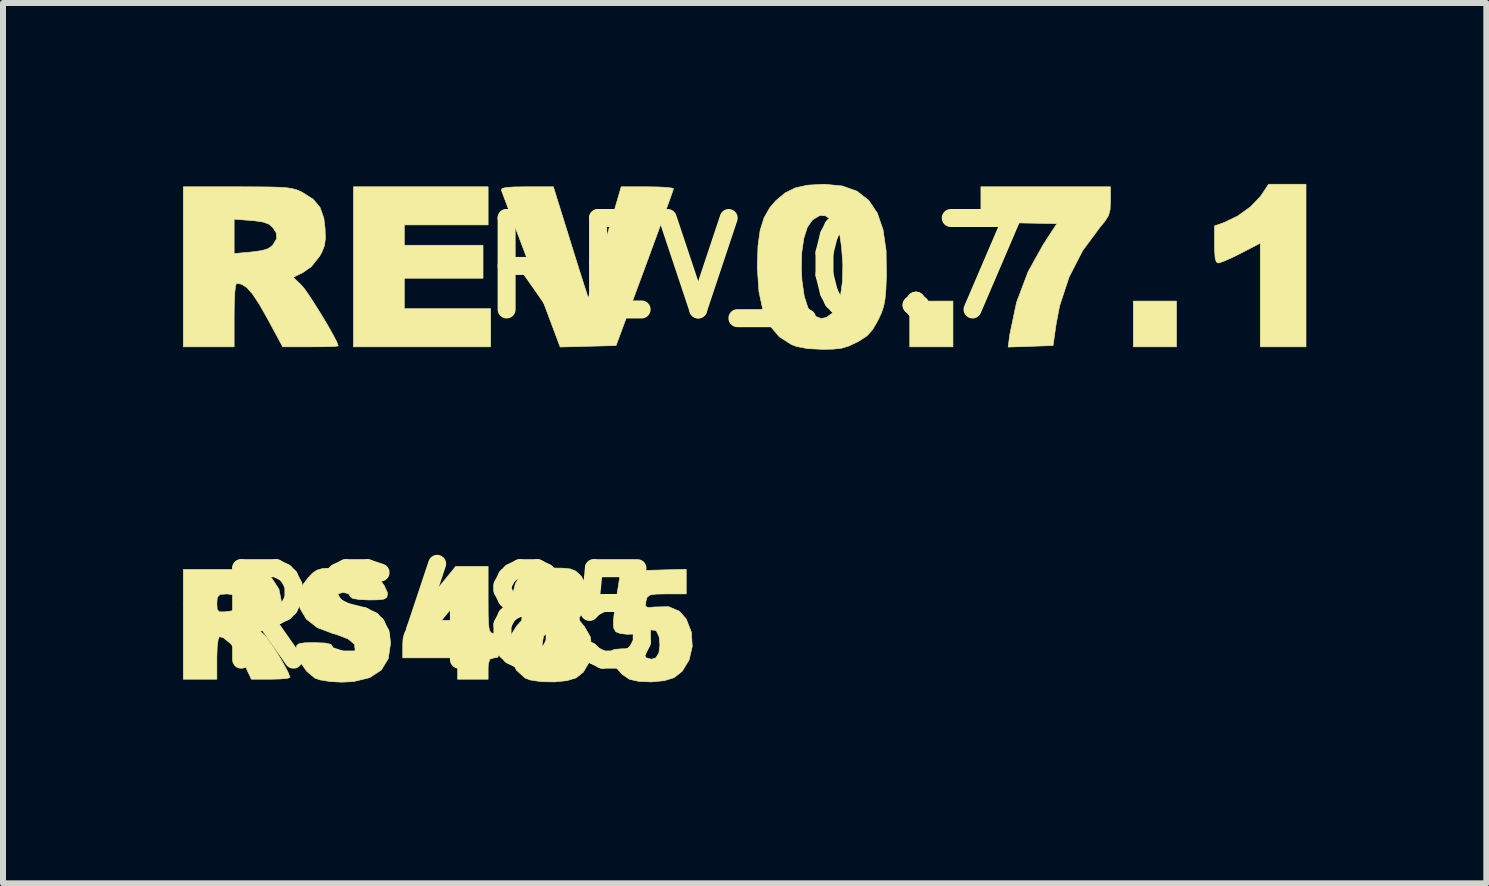
<source format=kicad_pcb>
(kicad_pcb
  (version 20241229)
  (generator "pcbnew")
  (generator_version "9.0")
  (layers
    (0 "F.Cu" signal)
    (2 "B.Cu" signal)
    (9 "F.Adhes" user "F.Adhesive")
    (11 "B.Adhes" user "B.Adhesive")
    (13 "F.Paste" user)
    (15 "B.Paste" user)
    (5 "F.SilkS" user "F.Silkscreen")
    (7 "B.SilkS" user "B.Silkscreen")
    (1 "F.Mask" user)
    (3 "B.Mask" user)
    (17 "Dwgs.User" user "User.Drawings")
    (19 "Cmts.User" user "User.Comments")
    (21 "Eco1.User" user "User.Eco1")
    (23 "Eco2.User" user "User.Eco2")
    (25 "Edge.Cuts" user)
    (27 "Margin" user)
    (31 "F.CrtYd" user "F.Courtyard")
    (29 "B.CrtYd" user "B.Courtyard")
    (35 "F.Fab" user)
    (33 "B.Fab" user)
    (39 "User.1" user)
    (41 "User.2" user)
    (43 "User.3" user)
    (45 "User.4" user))
  (footprint "RS485"
    (layer "F.Cu")
    (at 4.272 7.254)
    (property "Reference" "RS485" (at 0 0 0) (layer "F.SilkS") (effects (font (size 1.524 1.524) (thickness 0.3))))
    (attr through_hole)
    (fp_poly (pts (xy 0.813 -0.305) (xy 0.814 -0.06) (xy 0.82 0.1) (xy 0.833 0.194) (xy 0.857 0.239) (xy 0.895 0.253) (xy 0.914 0.254) (xy 0.981 0.271) (xy 1.01 0.34) (xy 1.016 0.457) (xy 1.007 0.59) (xy 0.973 0.649) (xy 0.914 0.66) (xy 0.844 0.68) (xy 0.816 0.758) (xy 0.813 0.838) (xy 0.813 1.016) (xy 0.305 1.016) (xy 0.305 0.66) (xy -0.61 0.66) (xy -0.61 0.439) (xy -0.605 0.343) (xy -0.583 0.255) (xy -0.568 0.225) (xy -0.061 0.225) (xy -0.003 0.25) (xy 0.1 0.254) (xy 0.305 0.254) (xy 0.302 -0.279) (xy 0.15 -0.102) (xy 0.013 0.064) (xy -0.057 0.168) (xy -0.061 0.225) (xy -0.568 0.225) (xy -0.534 0.156) (xy -0.448 0.029) (xy -0.314 -0.143) (xy -0.168 -0.323) (xy 0.273 -0.864) (xy 0.813 -0.864) (xy 0.813 -0.305)) (stroke (width 0.01) (type solid)) (fill yes) (layer "F.SilkS"))
    (fp_poly (pts (xy -2.79 -0.664) (xy -2.674 -0.486) (xy -2.632 -0.279) (xy -2.667 -0.077) (xy -2.766 0.079) (xy -2.869 0.164) (xy -2.951 0.204) (xy -2.957 0.205) (xy -2.981 0.223) (xy -2.938 0.256) (xy -2.881 0.316) (xy -2.795 0.438) (xy -2.695 0.592) (xy -2.6 0.752) (xy -2.526 0.89) (xy -2.49 0.977) (xy -2.489 0.986) (xy -2.535 1.002) (xy -2.656 1.012) (xy -2.811 1.016) (xy -3.132 1.016) (xy -3.254 0.757) (xy -3.359 0.572) (xy -3.48 0.421) (xy -3.597 0.326) (xy -3.664 0.305) (xy -3.686 0.351) (xy -3.702 0.474) (xy -3.708 0.646) (xy -3.708 0.66) (xy -3.708 1.016) (xy -4.267 1.016) (xy -4.267 -0.247) (xy -3.708 -0.247) (xy -3.703 -0.148) (xy -3.668 -0.107) (xy -3.574 -0.107) (xy -3.499 -0.116) (xy -3.353 -0.147) (xy -3.248 -0.19) (xy -3.232 -0.203) (xy -3.216 -0.271) (xy -3.278 -0.337) (xy -3.396 -0.387) (xy -3.54 -0.406) (xy -3.655 -0.397) (xy -3.701 -0.348) (xy -3.708 -0.247) (xy -4.267 -0.247) (xy -4.267 -0.813) (xy -2.939 -0.813) (xy -2.79 -0.664)) (stroke (width 0.01) (type solid)) (fill yes) (layer "F.SilkS"))
    (fp_poly (pts (xy 4.115 -0.406) (xy 3.791 -0.406) (xy 3.614 -0.403) (xy 3.514 -0.389) (xy 3.465 -0.353) (xy 3.444 -0.289) (xy 3.443 -0.284) (xy 3.436 -0.202) (xy 3.478 -0.177) (xy 3.587 -0.188) (xy 3.823 -0.193) (xy 4.002 -0.116) (xy 4.116 0.014) (xy 4.201 0.234) (xy 4.215 0.47) (xy 4.162 0.696) (xy 4.048 0.883) (xy 3.913 0.99) (xy 3.749 1.04) (xy 3.536 1.061) (xy 3.322 1.052) (xy 3.169 1.017) (xy 3.047 0.935) (xy 2.934 0.806) (xy 2.859 0.671) (xy 2.845 0.603) (xy 2.859 0.548) (xy 2.918 0.519) (xy 3.044 0.509) (xy 3.124 0.508) (xy 3.297 0.516) (xy 3.384 0.542) (xy 3.404 0.579) (xy 3.444 0.658) (xy 3.536 0.683) (xy 3.609 0.659) (xy 3.659 0.578) (xy 3.676 0.446) (xy 3.663 0.309) (xy 3.618 0.213) (xy 3.605 0.202) (xy 3.497 0.191) (xy 3.429 0.222) (xy 3.305 0.261) (xy 3.133 0.267) (xy 3.111 0.265) (xy 3.009 0.252) (xy 2.942 0.225) (xy 2.907 0.167) (xy 2.9 0.063) (xy 2.917 -0.105) (xy 2.954 -0.354) (xy 2.962 -0.406) (xy 3.023 -0.787) (xy 4.115 -0.816) (xy 4.115 -0.406)) (stroke (width 0.01) (type solid)) (fill yes) (layer "F.SilkS"))
    (fp_poly (pts (xy -1.387 -0.837) (xy -1.248 -0.827) (xy -1.157 -0.801) (xy -1.087 -0.752) (xy -1.012 -0.672) (xy -0.92 -0.547) (xy -0.868 -0.434) (xy -0.864 -0.406) (xy -0.875 -0.349) (xy -0.924 -0.319) (xy -1.035 -0.307) (xy -1.168 -0.305) (xy -1.329 -0.312) (xy -1.44 -0.33) (xy -1.473 -0.35) (xy -1.514 -0.41) (xy -1.604 -0.431) (xy -1.696 -0.405) (xy -1.713 -0.391) (xy -1.75 -0.333) (xy -1.725 -0.281) (xy -1.628 -0.226) (xy -1.446 -0.161) (xy -1.352 -0.132) (xy -1.087 -0.024) (xy -0.914 0.115) (xy -0.827 0.29) (xy -0.813 0.416) (xy -0.851 0.672) (xy -0.967 0.863) (xy -1.161 0.99) (xy -1.434 1.056) (xy -1.633 1.065) (xy -1.824 1.054) (xy -1.988 1.027) (xy -2.073 0.998) (xy -2.207 0.887) (xy -2.319 0.73) (xy -2.382 0.571) (xy -2.387 0.521) (xy -2.379 0.457) (xy -2.338 0.423) (xy -2.242 0.409) (xy -2.083 0.406) (xy -1.905 0.413) (xy -1.809 0.434) (xy -1.778 0.475) (xy -1.778 0.481) (xy -1.737 0.575) (xy -1.64 0.625) (xy -1.525 0.627) (xy -1.43 0.575) (xy -1.403 0.531) (xy -1.414 0.433) (xy -1.521 0.344) (xy -1.718 0.269) (xy -1.776 0.254) (xy -2.033 0.157) (xy -2.217 0.013) (xy -2.322 -0.164) (xy -2.341 -0.36) (xy -2.27 -0.563) (xy -2.189 -0.672) (xy -2.113 -0.752) (xy -2.043 -0.801) (xy -1.952 -0.827) (xy -1.813 -0.837) (xy -1.6 -0.838) (xy -1.387 -0.837)) (stroke (width 0.01) (type solid)) (fill yes) (layer "F.SilkS"))
    (fp_poly (pts (xy 2.055 -0.835) (xy 2.184 -0.822) (xy 2.268 -0.789) (xy 2.336 -0.73) (xy 2.367 -0.696) (xy 2.46 -0.53) (xy 2.491 -0.345) (xy 2.459 -0.176) (xy 2.393 -0.081) (xy 2.333 -0.018) (xy 2.333 0.035) (xy 2.399 0.117) (xy 2.418 0.138) (xy 2.517 0.311) (xy 2.543 0.516) (xy 2.503 0.722) (xy 2.401 0.897) (xy 2.279 0.994) (xy 2.125 1.04) (xy 1.918 1.061) (xy 1.7 1.057) (xy 1.512 1.028) (xy 1.428 0.996) (xy 1.284 0.864) (xy 1.194 0.679) (xy 1.164 0.471) (xy 1.171 0.43) (xy 1.715 0.43) (xy 1.72 0.531) (xy 1.765 0.646) (xy 1.848 0.687) (xy 1.938 0.653) (xy 2 0.544) (xy 1.998 0.425) (xy 1.948 0.313) (xy 1.871 0.241) (xy 1.803 0.236) (xy 1.736 0.299) (xy 1.715 0.43) (xy 1.171 0.43) (xy 1.199 0.272) (xy 1.29 0.128) (xy 1.369 0.042) (xy 1.379 -0.012) (xy 1.326 -0.072) (xy 1.315 -0.081) (xy 1.235 -0.216) (xy 1.225 -0.328) (xy 1.758 -0.328) (xy 1.787 -0.238) (xy 1.834 -0.166) (xy 1.875 -0.182) (xy 1.91 -0.226) (xy 1.951 -0.333) (xy 1.922 -0.423) (xy 1.875 -0.494) (xy 1.833 -0.479) (xy 1.799 -0.434) (xy 1.758 -0.328) (xy 1.225 -0.328) (xy 1.22 -0.393) (xy 1.267 -0.576) (xy 1.342 -0.696) (xy 1.412 -0.768) (xy 1.486 -0.811) (xy 1.592 -0.832) (xy 1.759 -0.838) (xy 1.854 -0.838) (xy 2.055 -0.835)) (stroke (width 0.01) (type solid)) (fill yes) (layer "F.SilkS")))
  (footprint "REV_0.7"
    (layer "F.Cu")
    (at 9.53 1.418)
    (property "Reference" "REV_0.7" (at 0 0 0) (layer "F.SilkS") (effects (font (size 1.524 1.524) (thickness 0.3))))
    (attr through_hole)
    (fp_poly (pts (xy 3.302 1.312) (xy 2.582 1.312) (xy 2.582 0.55) (xy 3.302 0.55) (xy 3.302 1.312)) (stroke (width 0.01) (type solid)) (fill yes) (layer "F.SilkS"))
    (fp_poly (pts (xy 7.027 1.312) (xy 6.308 1.312) (xy 6.308 0.55) (xy 7.027 0.55) (xy 7.027 1.312)) (stroke (width 0.01) (type solid)) (fill yes) (layer "F.SilkS"))
    (fp_poly (pts (xy -4.445 -0.72) (xy -5.842 -0.72) (xy -5.842 -0.381) (xy -4.53 -0.381) (xy -4.53 0.169) (xy -5.842 0.169) (xy -5.842 0.677) (xy -4.403 0.677) (xy -4.403 1.312) (xy -6.689 1.312) (xy -6.689 -1.355) (xy -4.445 -1.355) (xy -4.445 -0.72)) (stroke (width 0.01) (type solid)) (fill yes) (layer "F.SilkS"))
    (fp_poly (pts (xy 5.927 -1.118) (xy 5.921 -0.977) (xy 5.895 -0.876) (xy 5.834 -0.78) (xy 5.756 -0.686) (xy 5.464 -0.292) (xy 5.237 0.15) (xy 5.08 0.628) (xy 5.022 0.93) (xy 4.97 1.291) (xy 4.222 1.316) (xy 4.249 1.109) (xy 4.362 0.571) (xy 4.554 0.062) (xy 4.805 -0.389) (xy 5.034 -0.741) (xy 4.401 -0.753) (xy 3.768 -0.764) (xy 3.768 -1.355) (xy 5.927 -1.355) (xy 5.927 -1.118)) (stroke (width 0.01) (type solid)) (fill yes) (layer "F.SilkS"))
    (fp_poly (pts (xy 9.186 1.312) (xy 8.424 1.312) (xy 8.424 -0.416) (xy 8.105 -0.25) (xy 7.951 -0.174) (xy 7.821 -0.117) (xy 7.738 -0.087) (xy 7.724 -0.085) (xy 7.691 -0.104) (xy 7.671 -0.17) (xy 7.663 -0.299) (xy 7.662 -0.394) (xy 7.662 -0.703) (xy 7.821 -0.759) (xy 8.049 -0.869) (xy 8.261 -1.022) (xy 8.426 -1.194) (xy 8.452 -1.231) (xy 8.563 -1.397) (xy 9.186 -1.397) (xy 9.186 1.312)) (stroke (width 0.01) (type solid)) (fill yes) (layer "F.SilkS"))
    (fp_poly (pts (xy -3.071 -0.434) (xy -2.989 -0.17) (xy -2.915 0.065) (xy -2.853 0.26) (xy -2.807 0.403) (xy -2.781 0.483) (xy -2.776 0.496) (xy -2.763 0.46) (xy -2.73 0.354) (xy -2.679 0.188) (xy -2.616 -0.024) (xy -2.542 -0.273) (xy -2.498 -0.425) (xy -2.227 -1.355) (xy -1.791 -1.355) (xy -1.611 -1.352) (xy -1.467 -1.344) (xy -1.377 -1.333) (xy -1.356 -1.323) (xy -1.371 -1.277) (xy -1.411 -1.161) (xy -1.475 -0.985) (xy -1.557 -0.759) (xy -1.654 -0.492) (xy -1.764 -0.193) (xy -1.835 0) (xy -2.313 1.291) (xy -2.779 1.303) (xy -3.244 1.315) (xy -3.725 0.033) (xy -3.842 -0.28) (xy -3.951 -0.568) (xy -4.046 -0.822) (xy -4.124 -1.032) (xy -4.183 -1.189) (xy -4.217 -1.281) (xy -4.224 -1.302) (xy -4.212 -1.327) (xy -4.146 -1.343) (xy -4.017 -1.352) (xy -3.815 -1.355) (xy -3.8 -1.355) (xy -3.358 -1.355) (xy -3.071 -0.434)) (stroke (width 0.01) (type solid)) (fill yes) (layer "F.SilkS"))
    (fp_poly (pts (xy -8.323 -1.354) (xy -8.094 -1.352) (xy -7.923 -1.347) (xy -7.798 -1.338) (xy -7.707 -1.324) (xy -7.634 -1.304) (xy -7.569 -1.276) (xy -7.536 -1.259) (xy -7.359 -1.146) (xy -7.246 -1.011) (xy -7.183 -0.833) (xy -7.162 -0.657) (xy -7.157 -0.492) (xy -7.173 -0.373) (xy -7.217 -0.263) (xy -7.254 -0.197) (xy -7.392 -0.024) (xy -7.529 0.072) (xy -7.694 0.154) (xy -7.556 0.285) (xy -7.499 0.354) (xy -7.416 0.474) (xy -7.317 0.628) (xy -7.212 0.797) (xy -7.111 0.966) (xy -7.026 1.117) (xy -6.966 1.233) (xy -6.943 1.296) (xy -6.943 1.297) (xy -6.982 1.303) (xy -7.089 1.308) (xy -7.247 1.311) (xy -7.405 1.312) (xy -7.868 1.312) (xy -8.129 0.83) (xy -8.262 0.596) (xy -8.372 0.431) (xy -8.466 0.325) (xy -8.554 0.269) (xy -8.638 0.254) (xy -8.654 0.294) (xy -8.667 0.406) (xy -8.675 0.576) (xy -8.678 0.783) (xy -8.678 1.312) (xy -9.525 1.312) (xy -9.525 -0.242) (xy -8.678 -0.242) (xy -8.393 -0.268) (xy -8.22 -0.291) (xy -8.109 -0.324) (xy -8.04 -0.377) (xy -8.033 -0.385) (xy -7.968 -0.492) (xy -7.976 -0.588) (xy -8.034 -0.677) (xy -8.098 -0.732) (xy -8.192 -0.767) (xy -8.342 -0.789) (xy -8.394 -0.793) (xy -8.678 -0.816) (xy -8.678 -0.242) (xy -9.525 -0.242) (xy -9.525 -1.355) (xy -8.624 -1.355) (xy -8.323 -1.354)) (stroke (width 0.01) (type solid)) (fill yes) (layer "F.SilkS"))
    (fp_poly (pts (xy 1.461 -1.368) (xy 1.705 -1.28) (xy 1.898 -1.129) (xy 2.042 -0.915) (xy 2.138 -0.635) (xy 2.188 -0.286) (xy 2.193 0.133) (xy 2.184 0.355) (xy 2.17 0.515) (xy 2.147 0.637) (xy 2.112 0.742) (xy 2.06 0.855) (xy 2.051 0.873) (xy 1.963 1.025) (xy 1.872 1.127) (xy 1.747 1.21) (xy 1.699 1.236) (xy 1.566 1.299) (xy 1.446 1.335) (xy 1.304 1.351) (xy 1.128 1.354) (xy 0.882 1.342) (xy 0.698 1.307) (xy 0.611 1.275) (xy 0.406 1.143) (xy 0.248 0.956) (xy 0.136 0.707) (xy 0.069 0.393) (xy 0.043 0.015) (xy 0.775 0.015) (xy 0.786 0.212) (xy 0.824 0.472) (xy 0.884 0.658) (xy 0.968 0.774) (xy 1.005 0.801) (xy 1.105 0.841) (xy 1.195 0.822) (xy 1.291 0.751) (xy 1.372 0.634) (xy 1.429 0.45) (xy 1.462 0.213) (xy 1.467 -0.063) (xy 1.446 -0.345) (xy 1.42 -0.527) (xy 1.392 -0.648) (xy 1.353 -0.728) (xy 1.296 -0.789) (xy 1.292 -0.793) (xy 1.179 -0.871) (xy 1.084 -0.878) (xy 0.977 -0.814) (xy 0.953 -0.794) (xy 0.874 -0.678) (xy 0.816 -0.494) (xy 0.782 -0.258) (xy 0.775 0.015) (xy 0.043 0.015) (xy 0.043 0.01) (xy 0.042 -0.048) (xy 0.053 -0.373) (xy 0.089 -0.631) (xy 0.154 -0.838) (xy 0.252 -1.01) (xy 0.354 -1.127) (xy 0.507 -1.254) (xy 0.675 -1.337) (xy 0.88 -1.382) (xy 1.144 -1.397) (xy 1.166 -1.397) (xy 1.461 -1.368)) (stroke (width 0.01) (type solid)) (fill yes) (layer "F.SilkS")))
  (gr_rect
    (start -3 -3)
    (end 21.721 11.672)
    (stroke (width 0.1) (type default))
    (fill no)
    (layer "Edge.Cuts")))
</source>
